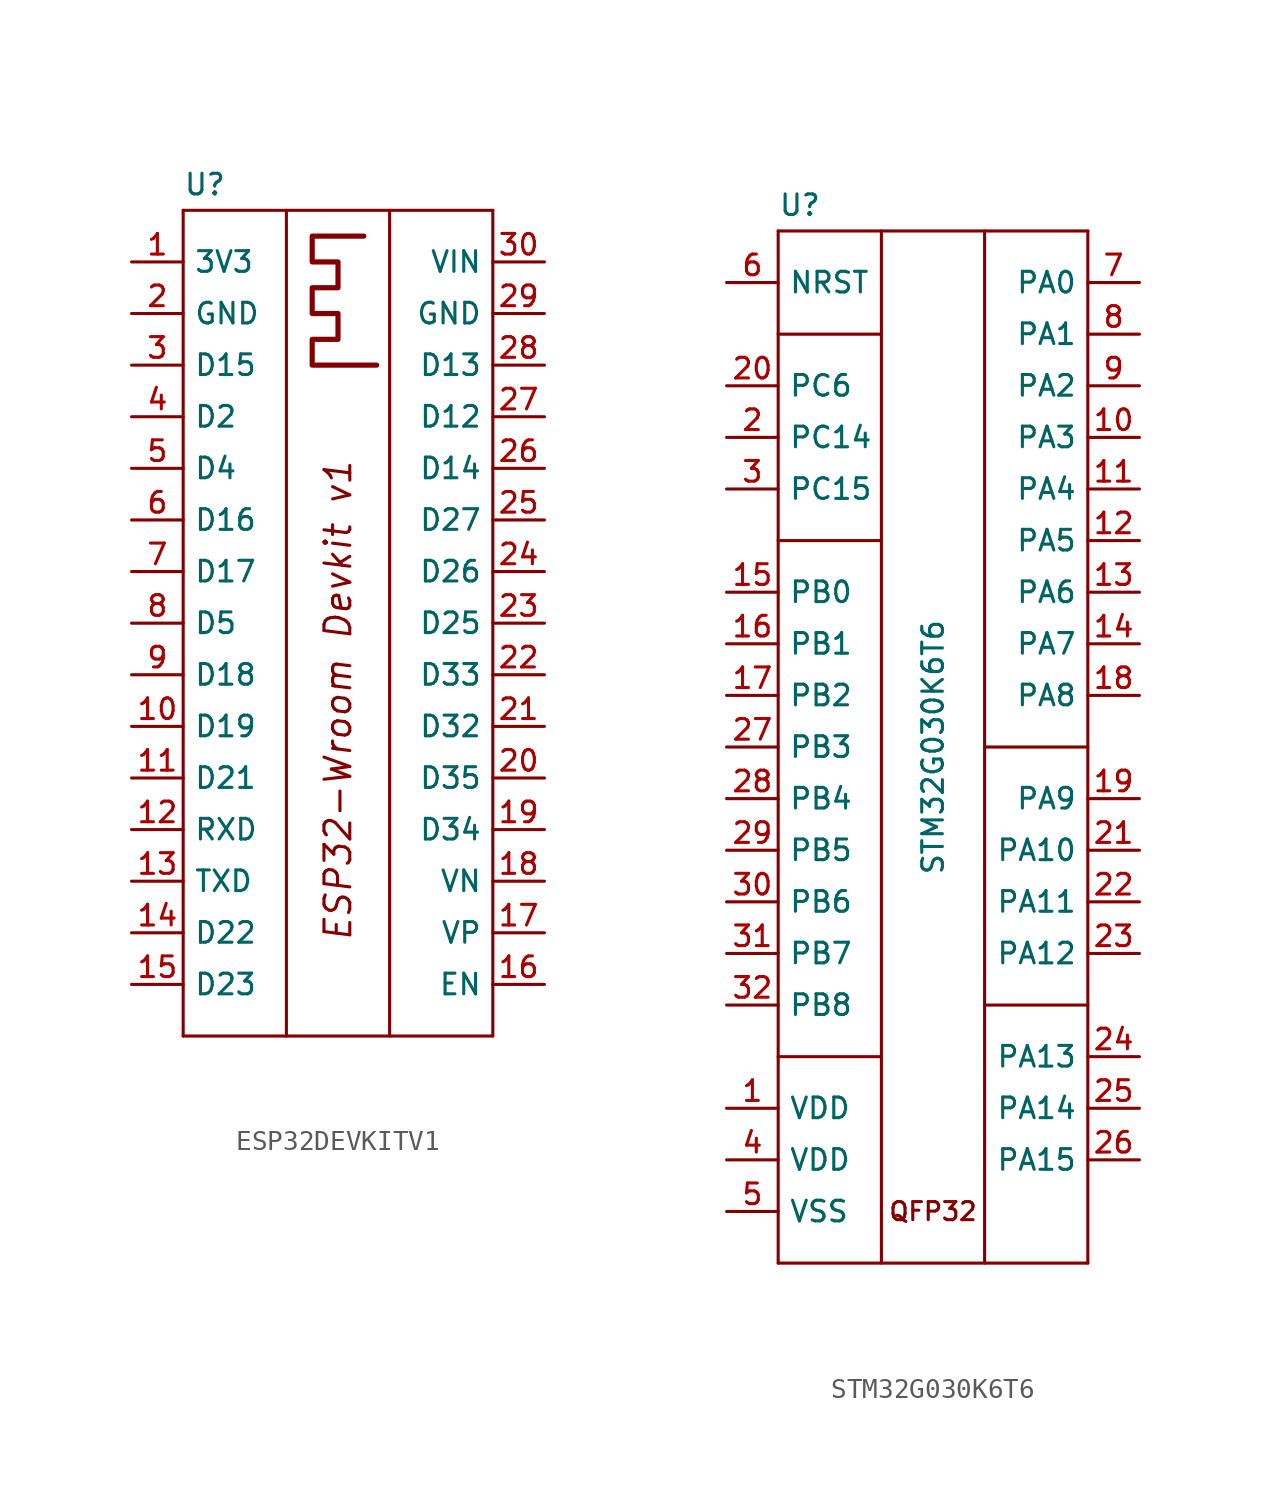
<source format=kicad_sym>
(kicad_symbol_lib
  (version 20220914)
  (generator kicad_symbol_editor)
  (symbol "ESP32DEVKITV1"
    (property "Reference" "U"
      (at -7.62 21.59 0)
      (effects (font (size 1.016 1.016)) (justify left)))
    (symbol "ESP32DEVKITV1_0_1"
      (polyline (pts (xy 7.62 -20.32) (xy -7.62 -20.32)) (stroke (width 0) (type default)) (fill (type none))))
    (symbol "ESP32DEVKITV1_1_1"
      (polyline (pts (xy -7.62 20.32) (xy -7.62 -20.32)) (stroke (width 0) (type default)) (fill (type none)))
      (polyline (pts (xy -7.62 20.32) (xy 7.62 20.32)) (stroke (width 0) (type default)) (fill (type none)))
      (polyline (pts (xy -2.54 20.32) (xy -2.54 -20.32)) (stroke (width 0) (type default)) (fill (type none)))
      (polyline (pts (xy 2.54 20.32) (xy 2.54 -20.32)) (stroke (width 0) (type default)) (fill (type none)))
      (polyline (pts (xy 7.62 20.32) (xy 7.62 -20.32)) (stroke (width 0) (type default)) (fill (type none)))
      (polyline (pts (xy 1.27 19.05) (xy -1.27 19.05) (xy -1.27 17.78) (xy 0 17.78) (xy 0 16.51) (xy -1.27 16.51) (xy -1.27 15.24) (xy 0 15.24) (xy 0 13.97) (xy -1.27 13.97) (xy -1.27 12.7) (xy 1.905 12.7)) (stroke (width 0.254) (type default)) (fill (type none)))
      (text "ESP32-Wroom Devkit v1" (at 0 -3.81 900) (effects (font (size 1.27 1.27) italic)))
      (pin power_in line (at -10.16 17.78 0) (length 2.54) (name "3V3" (effects (font (size 1.016 1.016)))) (number "1" (effects (font (size 1.016 1.016)))))
      (pin bidirectional line (at -10.16 -5.08 0) (length 2.54) (name "D19" (effects (font (size 1.016 1.016)))) (number "10" (effects (font (size 1.016 1.016)))))
      (pin bidirectional line (at -10.16 -7.62 0) (length 2.54) (name "D21" (effects (font (size 1.016 1.016)))) (number "11" (effects (font (size 1.016 1.016)))))
      (pin bidirectional line (at -10.16 -10.16 0) (length 2.54) (name "RXD" (effects (font (size 1.016 1.016)))) (number "12" (effects (font (size 1.016 1.016)))))
      (pin bidirectional line (at -10.16 -12.7 0) (length 2.54) (name "TXD" (effects (font (size 1.016 1.016)))) (number "13" (effects (font (size 1.016 1.016)))))
      (pin bidirectional line (at -10.16 -15.24 0) (length 2.54) (name "D22" (effects (font (size 1.016 1.016)))) (number "14" (effects (font (size 1.016 1.016)))))
      (pin bidirectional line (at -10.16 -17.78 0) (length 2.54) (name "D23" (effects (font (size 1.016 1.016)))) (number "15" (effects (font (size 1.016 1.016)))))
      (pin input line (at 10.16 -17.78 180) (length 2.54) (name "EN" (effects (font (size 1.016 1.016)))) (number "16" (effects (font (size 1.016 1.016)))))
      (pin input line (at 10.16 -15.24 180) (length 2.54) (name "VP" (effects (font (size 1.016 1.016)))) (number "17" (effects (font (size 1.016 1.016)))))
      (pin input line (at 10.16 -12.7 180) (length 2.54) (name "VN" (effects (font (size 1.016 1.016)))) (number "18" (effects (font (size 1.016 1.016)))))
      (pin bidirectional line (at 10.16 -10.16 180) (length 2.54) (name "D34" (effects (font (size 1.016 1.016)))) (number "19" (effects (font (size 1.016 1.016)))))
      (pin power_in line (at -10.16 15.24 0) (length 2.54) (name "GND" (effects (font (size 1.016 1.016)))) (number "2" (effects (font (size 1.016 1.016)))))
      (pin bidirectional line (at 10.16 -7.62 180) (length 2.54) (name "D35" (effects (font (size 1.016 1.016)))) (number "20" (effects (font (size 1.016 1.016)))))
      (pin bidirectional line (at 10.16 -5.08 180) (length 2.54) (name "D32" (effects (font (size 1.016 1.016)))) (number "21" (effects (font (size 1.016 1.016)))))
      (pin bidirectional line (at 10.16 -2.54 180) (length 2.54) (name "D33" (effects (font (size 1.016 1.016)))) (number "22" (effects (font (size 1.016 1.016)))))
      (pin bidirectional line (at 10.16 0 180) (length 2.54) (name "D25" (effects (font (size 1.016 1.016)))) (number "23" (effects (font (size 1.016 1.016)))))
      (pin bidirectional line (at 10.16 2.54 180) (length 2.54) (name "D26" (effects (font (size 1.016 1.016)))) (number "24" (effects (font (size 1.016 1.016)))))
      (pin bidirectional line (at 10.16 5.08 180) (length 2.54) (name "D27" (effects (font (size 1.016 1.016)))) (number "25" (effects (font (size 1.016 1.016)))))
      (pin bidirectional line (at 10.16 7.62 180) (length 2.54) (name "D14" (effects (font (size 1.016 1.016)))) (number "26" (effects (font (size 1.016 1.016)))))
      (pin bidirectional line (at 10.16 10.16 180) (length 2.54) (name "D12" (effects (font (size 1.016 1.016)))) (number "27" (effects (font (size 1.016 1.016)))))
      (pin bidirectional line (at 10.16 12.7 180) (length 2.54) (name "D13" (effects (font (size 1.016 1.016)))) (number "28" (effects (font (size 1.016 1.016)))))
      (pin power_in line (at 10.16 15.24 180) (length 2.54) (name "GND" (effects (font (size 1.016 1.016)))) (number "29" (effects (font (size 1.016 1.016)))))
      (pin bidirectional line (at -10.16 12.7 0) (length 2.54) (name "D15" (effects (font (size 1.016 1.016)))) (number "3" (effects (font (size 1.016 1.016)))))
      (pin power_in line (at 10.16 17.78 180) (length 2.54) (name "VIN" (effects (font (size 1.016 1.016)))) (number "30" (effects (font (size 1.016 1.016)))))
      (pin bidirectional line (at -10.16 10.16 0) (length 2.54) (name "D2" (effects (font (size 1.016 1.016)))) (number "4" (effects (font (size 1.016 1.016)))))
      (pin bidirectional line (at -10.16 7.62 0) (length 2.54) (name "D4" (effects (font (size 1.016 1.016)))) (number "5" (effects (font (size 1.016 1.016)))))
      (pin bidirectional line (at -10.16 5.08 0) (length 2.54) (name "D16" (effects (font (size 1.016 1.016)))) (number "6" (effects (font (size 1.016 1.016)))))
      (pin bidirectional line (at -10.16 2.54 0) (length 2.54) (name "D17" (effects (font (size 1.016 1.016)))) (number "7" (effects (font (size 1.016 1.016)))))
      (pin bidirectional line (at -10.16 0 0) (length 2.54) (name "D5" (effects (font (size 1.016 1.016)))) (number "8" (effects (font (size 1.016 1.016)))))
      (pin bidirectional line (at -10.16 -2.54 0) (length 2.54) (name "D18" (effects (font (size 1.016 1.016)))) (number "9" (effects (font (size 1.016 1.016)))))))
  (symbol "STM32G030K6T6"
    (property "Reference" "U"
      (at -7.62 26.67 0)
      (effects (font (size 1.016 1.016)) (justify left)))
    (property "Value" "STM32G030K6T6"
      (at 0 -6.35 90)
      (effects (font (size 1.016 1.016)) (justify left)))
    (symbol "STM32G030K6T6_1_1"
      (polyline (pts (xy -7.62 -25.4) (xy 7.62 -25.4)) (stroke (width 0) (type default)) (fill (type none)))
      (polyline (pts (xy -7.62 -15.24) (xy -2.54 -15.24)) (stroke (width 0) (type default)) (fill (type none)))
      (polyline (pts (xy -7.62 10.16) (xy -2.54 10.16)) (stroke (width 0) (type default)) (fill (type none)))
      (polyline (pts (xy -7.62 20.32) (xy -2.54 20.32)) (stroke (width 0) (type default)) (fill (type none)))
      (polyline (pts (xy -7.62 25.4) (xy -7.62 -25.4)) (stroke (width 0) (type default)) (fill (type none)))
      (polyline (pts (xy -7.62 25.4) (xy 7.62 25.4)) (stroke (width 0) (type default)) (fill (type none)))
      (polyline (pts (xy -2.54 25.4) (xy -2.54 -25.4)) (stroke (width 0) (type default)) (fill (type none)))
      (polyline (pts (xy 2.54 -12.7) (xy 7.62 -12.7)) (stroke (width 0) (type default)) (fill (type none)))
      (polyline (pts (xy 2.54 0) (xy 7.62 0)) (stroke (width 0) (type default)) (fill (type none)))
      (polyline (pts (xy 2.54 25.4) (xy 2.54 -25.4)) (stroke (width 0) (type default)) (fill (type none)))
      (polyline (pts (xy 7.62 25.4) (xy 7.62 -25.4)) (stroke (width 0) (type default)) (fill (type none)))
      (text "QFP32" (at 0 -22.86 0) (effects (font (size 0.889 0.889))))
      (pin bidirectional line (at -10.16 -17.78 0) (length 2.54) (name "VDD" (effects (font (size 1.016 1.016)))) (number "1" (effects (font (size 1.016 1.016)))))
      (pin bidirectional line (at 10.16 15.24 180) (length 2.54) (name "PA3" (effects (font (size 1.016 1.016)))) (number "10" (effects (font (size 1.016 1.016)))) (alternate "ADC1_IN3" bidirectional line) (alternate "SPI2_MISO" bidirectional line) (alternate "USART2_RX" bidirectional line))
      (pin bidirectional line (at 10.16 12.7 180) (length 2.54) (name "PA4" (effects (font (size 1.016 1.016)))) (number "11" (effects (font (size 1.016 1.016)))) (alternate "ADC1_IN4" bidirectional line) (alternate "I2S1_WS" bidirectional line) (alternate "RTC_OUT_ALARM" bidirectional line) (alternate "RTC_OUT_CALIB" bidirectional line) (alternate "RTC_TAMP_IN1" bidirectional line) (alternate "RTC_TS" bidirectional line) (alternate "SPI1_NSS" bidirectional line) (alternate "SPI2_MOSI" bidirectional line) (alternate "SYS_WKUP2" bidirectional line) (alternate "TIM14_CH1" bidirectional line))
      (pin bidirectional line (at 10.16 10.16 180) (length 2.54) (name "PA5" (effects (font (size 1.016 1.016)))) (number "12" (effects (font (size 1.016 1.016)))) (alternate "ADC1_IN5" bidirectional line) (alternate "I2S1_CK" bidirectional line) (alternate "SPI1_SCK" bidirectional line))
      (pin bidirectional line (at 10.16 7.62 180) (length 2.54) (name "PA6" (effects (font (size 1.016 1.016)))) (number "13" (effects (font (size 1.016 1.016)))) (alternate "ADC1_IN6" bidirectional line) (alternate "I2S1_MCK" bidirectional line) (alternate "SPI1_MISO" bidirectional line) (alternate "TIM16_CH1" bidirectional line) (alternate "TIM1_BK" bidirectional line) (alternate "TIM3_CH1" bidirectional line))
      (pin bidirectional line (at 10.16 5.08 180) (length 2.54) (name "PA7" (effects (font (size 1.016 1.016)))) (number "14" (effects (font (size 1.016 1.016)))) (alternate "ADC1_IN7" bidirectional line) (alternate "I2S1_SD" bidirectional line) (alternate "SPI1_MOSI" bidirectional line) (alternate "TIM14_CH1" bidirectional line) (alternate "TIM17_CH1" bidirectional line) (alternate "TIM1_CH1N" bidirectional line) (alternate "TIM3_CH2" bidirectional line))
      (pin bidirectional line (at -10.16 7.62 0) (length 2.54) (name "PB0" (effects (font (size 1.016 1.016)))) (number "15" (effects (font (size 1.016 1.016)))) (alternate "ADC1_IN8" bidirectional line) (alternate "I2S1_WS" bidirectional line) (alternate "SPI1_NSS" bidirectional line) (alternate "TIM1_CH2N" bidirectional line) (alternate "TIM3_CH3" bidirectional line))
      (pin bidirectional line (at -10.16 5.08 0) (length 2.54) (name "PB1" (effects (font (size 1.016 1.016)))) (number "16" (effects (font (size 1.016 1.016)))) (alternate "ADC1_IN9" bidirectional line) (alternate "TIM14_CH1" bidirectional line) (alternate "TIM1_CH3N" bidirectional line) (alternate "TIM3_CH4" bidirectional line))
      (pin bidirectional line (at -10.16 2.54 0) (length 2.54) (name "PB2" (effects (font (size 1.016 1.016)))) (number "17" (effects (font (size 1.016 1.016)))) (alternate "ADC1_IN10" bidirectional line) (alternate "SPI2_MISO" bidirectional line))
      (pin bidirectional line (at 10.16 2.54 180) (length 2.54) (name "PA8" (effects (font (size 1.016 1.016)))) (number "18" (effects (font (size 1.016 1.016)))) (alternate "RCC_MCO" bidirectional line) (alternate "SPI2_NSS" bidirectional line) (alternate "TIM1_CH1" bidirectional line))
      (pin bidirectional line (at 10.16 -2.54 180) (length 2.54) (name "PA9" (effects (font (size 1.016 1.016)))) (number "19" (effects (font (size 1.016 1.016)))) (alternate "I2C1_SCL" bidirectional line) (alternate "RCC_MCO" bidirectional line) (alternate "SPI2_MISO" bidirectional line) (alternate "TIM1_CH2" bidirectional line) (alternate "USART1_TX" bidirectional line))
      (pin bidirectional line (at -10.16 15.24 0) (length 2.54) (name "PC14" (effects (font (size 1.016 1.016)))) (number "2" (effects (font (size 1.016 1.016)))) (alternate "RCC_OSC32_IN" bidirectional line) (alternate "RCC_OSC_IN" bidirectional line) (alternate "TIM1_BK2" bidirectional line))
      (pin bidirectional line (at -10.16 17.78 0) (length 2.54) (name "PC6" (effects (font (size 1.016 1.016)))) (number "20" (effects (font (size 1.016 1.016)))) (alternate "TIM3_CH1" bidirectional line))
      (pin bidirectional line (at 10.16 -5.08 180) (length 2.54) (name "PA10" (effects (font (size 1.016 1.016)))) (number "21" (effects (font (size 1.016 1.016)))) (alternate "I2C1_SDA" bidirectional line) (alternate "SPI2_MOSI" bidirectional line) (alternate "TIM17_BK" bidirectional line) (alternate "TIM1_CH3" bidirectional line) (alternate "USART1_RX" bidirectional line))
      (pin bidirectional line (at 10.16 -7.62 180) (length 2.54) (name "PA11" (effects (font (size 1.016 1.016)))) (number "22" (effects (font (size 1.016 1.016)))) (alternate "ADC1_EXTI11" bidirectional line) (alternate "ADC1_IN15" bidirectional line) (alternate "I2C2_SCL" bidirectional line) (alternate "I2S1_MCK" bidirectional line) (alternate "SPI1_MISO" bidirectional line) (alternate "TIM1_BK2" bidirectional line) (alternate "TIM1_CH4" bidirectional line) (alternate "USART1_CTS" bidirectional line) (alternate "USART1_NSS" bidirectional line))
      (pin bidirectional line (at 10.16 -10.16 180) (length 2.54) (name "PA12" (effects (font (size 1.016 1.016)))) (number "23" (effects (font (size 1.016 1.016)))) (alternate "ADC1_IN16" bidirectional line) (alternate "I2C2_SDA" bidirectional line) (alternate "I2S1_SD" bidirectional line) (alternate "I2S_CKIN" bidirectional line) (alternate "SPI1_MOSI" bidirectional line) (alternate "TIM1_ETR" bidirectional line) (alternate "USART1_CK" bidirectional line) (alternate "USART1_DE" bidirectional line) (alternate "USART1_RTS" bidirectional line))
      (pin bidirectional line (at 10.16 -15.24 180) (length 2.54) (name "PA13" (effects (font (size 1.016 1.016)))) (number "24" (effects (font (size 1.016 1.016)))) (alternate "ADC1_IN17" bidirectional line) (alternate "IR_OUT" bidirectional line) (alternate "SYS_SWDIO" bidirectional line))
      (pin bidirectional line (at 10.16 -17.78 180) (length 2.54) (name "PA14" (effects (font (size 1.016 1.016)))) (number "25" (effects (font (size 1.016 1.016)))) (alternate "ADC1_IN18" bidirectional line) (alternate "SYS_SWCLK" bidirectional line) (alternate "USART2_TX" bidirectional line))
      (pin bidirectional line (at 10.16 -20.32 180) (length 2.54) (name "PA15" (effects (font (size 1.016 1.016)))) (number "26" (effects (font (size 1.016 1.016)))) (alternate "I2S1_WS" bidirectional line) (alternate "SPI1_NSS" bidirectional line) (alternate "USART2_RX" bidirectional line))
      (pin bidirectional line (at -10.16 0 0) (length 2.54) (name "PB3" (effects (font (size 1.016 1.016)))) (number "27" (effects (font (size 1.016 1.016)))) (alternate "I2S1_CK" bidirectional line) (alternate "SPI1_SCK" bidirectional line) (alternate "TIM1_CH2" bidirectional line) (alternate "USART1_CK" bidirectional line) (alternate "USART1_DE" bidirectional line) (alternate "USART1_RTS" bidirectional line))
      (pin bidirectional line (at -10.16 -2.54 0) (length 2.54) (name "PB4" (effects (font (size 1.016 1.016)))) (number "28" (effects (font (size 1.016 1.016)))) (alternate "I2S1_MCK" bidirectional line) (alternate "SPI1_MISO" bidirectional line) (alternate "TIM17_BK" bidirectional line) (alternate "TIM3_CH1" bidirectional line) (alternate "USART1_CTS" bidirectional line) (alternate "USART1_NSS" bidirectional line))
      (pin bidirectional line (at -10.16 -5.08 0) (length 2.54) (name "PB5" (effects (font (size 1.016 1.016)))) (number "29" (effects (font (size 1.016 1.016)))) (alternate "I2C1_SMBA" bidirectional line) (alternate "I2S1_SD" bidirectional line) (alternate "SPI1_MOSI" bidirectional line) (alternate "SYS_WKUP6" bidirectional line) (alternate "TIM16_BK" bidirectional line) (alternate "TIM3_CH2" bidirectional line))
      (pin bidirectional line (at -10.16 12.7 0) (length 2.54) (name "PC15" (effects (font (size 1.016 1.016)))) (number "3" (effects (font (size 1.016 1.016)))) (alternate "RCC_OSC32_EN" bidirectional line) (alternate "RCC_OSC32_OUT" bidirectional line) (alternate "RCC_OSC_EN" bidirectional line))
      (pin bidirectional line (at -10.16 -7.62 0) (length 2.54) (name "PB6" (effects (font (size 1.016 1.016)))) (number "30" (effects (font (size 1.016 1.016)))) (alternate "I2C1_SCL" bidirectional line) (alternate "SPI2_MISO" bidirectional line) (alternate "TIM16_CH1N" bidirectional line) (alternate "TIM1_CH3" bidirectional line) (alternate "USART1_TX" bidirectional line))
      (pin bidirectional line (at -10.16 -10.16 0) (length 2.54) (name "PB7" (effects (font (size 1.016 1.016)))) (number "31" (effects (font (size 1.016 1.016)))) (alternate "ADC1_IN11" bidirectional line) (alternate "I2C1_SDA" bidirectional line) (alternate "SPI2_MOSI" bidirectional line) (alternate "SYS_PVD_IN" bidirectional line) (alternate "TIM17_CH1N" bidirectional line) (alternate "USART1_RX" bidirectional line))
      (pin bidirectional line (at -10.16 -12.7 0) (length 2.54) (name "PB8" (effects (font (size 1.016 1.016)))) (number "32" (effects (font (size 1.016 1.016)))) (alternate "I2C1_SCL" bidirectional line) (alternate "SPI2_SCK" bidirectional line) (alternate "TIM16_CH1" bidirectional line))
      (pin power_in line (at -10.16 -20.32 0) (length 2.54) (name "VDD" (effects (font (size 1.016 1.016)))) (number "4" (effects (font (size 1.016 1.016)))))
      (pin power_in line (at -10.16 -22.86 0) (length 2.54) (name "VSS" (effects (font (size 1.016 1.016)))) (number "5" (effects (font (size 1.016 1.016)))))
      (pin input line (at -10.16 22.86 0) (length 2.54) (name "NRST" (effects (font (size 1.016 1.016)))) (number "6" (effects (font (size 1.016 1.016)))))
      (pin bidirectional line (at 10.16 22.86 180) (length 2.54) (name "PA0" (effects (font (size 1.016 1.016)))) (number "7" (effects (font (size 1.016 1.016)))) (alternate "ADC1_IN0" bidirectional line) (alternate "RTC_TAMP_IN2" bidirectional line) (alternate "SPI2_SCK" bidirectional line) (alternate "SYS_WKUP1" bidirectional line) (alternate "USART2_CTS" bidirectional line) (alternate "USART2_NSS" bidirectional line))
      (pin bidirectional line (at 10.16 20.32 180) (length 2.54) (name "PA1" (effects (font (size 1.016 1.016)))) (number "8" (effects (font (size 1.016 1.016)))) (alternate "ADC1_IN1" bidirectional line) (alternate "I2C1_SMBA" bidirectional line) (alternate "I2S1_CK" bidirectional line) (alternate "SPI1_SCK" bidirectional line) (alternate "USART2_CK" bidirectional line) (alternate "USART2_DE" bidirectional line) (alternate "USART2_RTS" bidirectional line))
      (pin bidirectional line (at 10.16 17.78 180) (length 2.54) (name "PA2" (effects (font (size 1.016 1.016)))) (number "9" (effects (font (size 1.016 1.016)))) (alternate "ADC1_IN2" bidirectional line) (alternate "I2S1_SD" bidirectional line) (alternate "RCC_LSCO" bidirectional line) (alternate "SPI1_MOSI" bidirectional line) (alternate "SYS_WKUP4" bidirectional line) (alternate "USART2_TX" bidirectional line)))))
</source>
